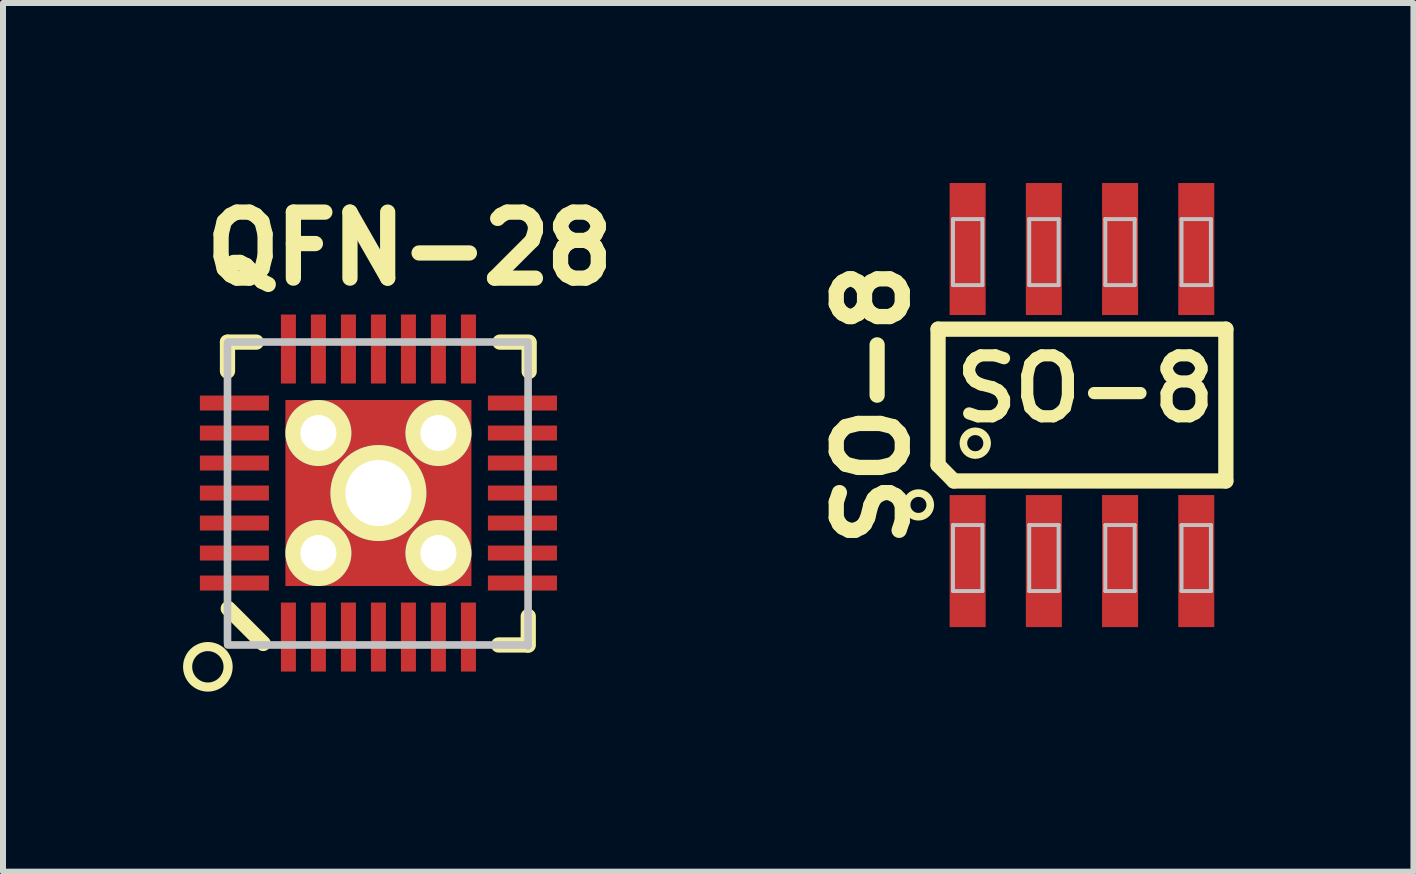
<source format=kicad_pcb>
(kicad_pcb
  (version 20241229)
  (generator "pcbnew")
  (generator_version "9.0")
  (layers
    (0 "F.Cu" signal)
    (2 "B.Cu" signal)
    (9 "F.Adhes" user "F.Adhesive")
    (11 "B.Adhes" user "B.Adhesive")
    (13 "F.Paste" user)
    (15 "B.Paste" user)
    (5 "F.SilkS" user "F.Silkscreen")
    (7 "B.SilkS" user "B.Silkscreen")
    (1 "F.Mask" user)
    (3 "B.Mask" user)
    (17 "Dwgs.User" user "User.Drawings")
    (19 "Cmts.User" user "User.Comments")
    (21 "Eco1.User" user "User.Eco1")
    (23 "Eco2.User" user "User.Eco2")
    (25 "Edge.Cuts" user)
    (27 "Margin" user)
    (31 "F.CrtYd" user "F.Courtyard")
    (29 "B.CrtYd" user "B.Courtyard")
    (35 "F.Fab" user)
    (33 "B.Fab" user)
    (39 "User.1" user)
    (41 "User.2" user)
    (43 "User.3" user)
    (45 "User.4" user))
  (footprint "SO-8"
    (layer "F.Cu")
    (at 14.98 3.7)
    (property "Reference" "SO-8" (at -3.49 -0.008 90) (layer "F.SilkS") (effects (font (size 1.1 1.1) (thickness 0.254))))
    (attr smd)
    (fp_line (start -2.398 -1.265) (end 2.398 -1.265) (stroke (width 0.254) (type solid)) (layer "F.SilkS"))
    (fp_line (start -2.398 0.998) (end -2.398 -1.265) (stroke (width 0.254) (type solid)) (layer "F.SilkS"))
    (fp_line (start -2.134 1.265) (end -2.398 0.998) (stroke (width 0.254) (type solid)) (layer "F.SilkS"))
    (fp_line (start 2.398 -1.265) (end 2.398 1.265) (stroke (width 0.254) (type solid)) (layer "F.SilkS"))
    (fp_line (start 2.398 1.265) (end -2.134 1.265) (stroke (width 0.254) (type solid)) (layer "F.SilkS"))
    (fp_circle (center -2.725 1.664) (end -2.865 1.803) (stroke (width 0.127) (type solid)) (fill no) (layer "F.SilkS"))
    (fp_circle (center -1.778 0.635) (end -1.918 0.775) (stroke (width 0.127) (type solid)) (fill no) (layer "F.SilkS"))
    (fp_line (start -2.149 -3.099) (end -1.659 -3.099) (stroke (width 0.066) (type solid)) (layer "Dwgs.User"))
    (fp_line (start -2.149 -1.999) (end -2.149 -3.099) (stroke (width 0.066) (type solid)) (layer "Dwgs.User"))
    (fp_line (start -2.149 -1.999) (end -1.659 -1.999) (stroke (width 0.066) (type solid)) (layer "Dwgs.User"))
    (fp_line (start -2.149 1.999) (end -1.659 1.999) (stroke (width 0.066) (type solid)) (layer "Dwgs.User"))
    (fp_line (start -2.149 3.099) (end -2.149 1.999) (stroke (width 0.066) (type solid)) (layer "Dwgs.User"))
    (fp_line (start -2.149 3.099) (end -1.659 3.099) (stroke (width 0.066) (type solid)) (layer "Dwgs.User"))
    (fp_line (start -1.659 -1.999) (end -1.659 -3.099) (stroke (width 0.066) (type solid)) (layer "Dwgs.User"))
    (fp_line (start -1.659 3.099) (end -1.659 1.999) (stroke (width 0.066) (type solid)) (layer "Dwgs.User"))
    (fp_line (start -0.879 -3.099) (end -0.389 -3.099) (stroke (width 0.066) (type solid)) (layer "Dwgs.User"))
    (fp_line (start -0.879 -1.999) (end -0.879 -3.099) (stroke (width 0.066) (type solid)) (layer "Dwgs.User"))
    (fp_line (start -0.879 -1.999) (end -0.389 -1.999) (stroke (width 0.066) (type solid)) (layer "Dwgs.User"))
    (fp_line (start -0.879 1.999) (end -0.389 1.999) (stroke (width 0.066) (type solid)) (layer "Dwgs.User"))
    (fp_line (start -0.879 3.099) (end -0.879 1.999) (stroke (width 0.066) (type solid)) (layer "Dwgs.User"))
    (fp_line (start -0.879 3.099) (end -0.389 3.099) (stroke (width 0.066) (type solid)) (layer "Dwgs.User"))
    (fp_line (start -0.389 -1.999) (end -0.389 -3.099) (stroke (width 0.066) (type solid)) (layer "Dwgs.User"))
    (fp_line (start -0.389 3.099) (end -0.389 1.999) (stroke (width 0.066) (type solid)) (layer "Dwgs.User"))
    (fp_line (start 0.389 -3.099) (end 0.879 -3.099) (stroke (width 0.066) (type solid)) (layer "Dwgs.User"))
    (fp_line (start 0.389 -1.999) (end 0.389 -3.099) (stroke (width 0.066) (type solid)) (layer "Dwgs.User"))
    (fp_line (start 0.389 -1.999) (end 0.879 -1.999) (stroke (width 0.066) (type solid)) (layer "Dwgs.User"))
    (fp_line (start 0.389 1.999) (end 0.879 1.999) (stroke (width 0.066) (type solid)) (layer "Dwgs.User"))
    (fp_line (start 0.389 3.099) (end 0.389 1.999) (stroke (width 0.066) (type solid)) (layer "Dwgs.User"))
    (fp_line (start 0.389 3.099) (end 0.879 3.099) (stroke (width 0.066) (type solid)) (layer "Dwgs.User"))
    (fp_line (start 0.879 -1.999) (end 0.879 -3.099) (stroke (width 0.066) (type solid)) (layer "Dwgs.User"))
    (fp_line (start 0.879 3.099) (end 0.879 1.999) (stroke (width 0.066) (type solid)) (layer "Dwgs.User"))
    (fp_line (start 1.659 -3.099) (end 2.149 -3.099) (stroke (width 0.066) (type solid)) (layer "Dwgs.User"))
    (fp_line (start 1.659 -1.999) (end 1.659 -3.099) (stroke (width 0.066) (type solid)) (layer "Dwgs.User"))
    (fp_line (start 1.659 -1.999) (end 2.149 -1.999) (stroke (width 0.066) (type solid)) (layer "Dwgs.User"))
    (fp_line (start 1.659 1.999) (end 2.149 1.999) (stroke (width 0.066) (type solid)) (layer "Dwgs.User"))
    (fp_line (start 1.659 3.099) (end 1.659 1.999) (stroke (width 0.066) (type solid)) (layer "Dwgs.User"))
    (fp_line (start 1.659 3.099) (end 2.149 3.099) (stroke (width 0.066) (type solid)) (layer "Dwgs.User"))
    (fp_line (start 2.149 -1.999) (end 2.149 -3.099) (stroke (width 0.066) (type solid)) (layer "Dwgs.User"))
    (fp_line (start 2.149 3.099) (end 2.149 1.999) (stroke (width 0.066) (type solid)) (layer "Dwgs.User"))
    (fp_text user "SO-8" (at 0.056 -0.272 0) (layer "F.SilkS") (effects (font (size 1.016 1.016) (thickness 0.203))))
    (pad "1" smd rect (at -1.905 2.6) (size 0.6 2.2) (layers "F.Cu" "F.Mask" "F.Paste"))
    (pad "2" smd rect (at -0.635 2.6) (size 0.6 2.2) (layers "F.Cu" "F.Mask" "F.Paste"))
    (pad "3" smd rect (at 0.635 2.6) (size 0.6 2.2) (layers "F.Cu" "F.Mask" "F.Paste"))
    (pad "4" smd rect (at 1.905 2.6) (size 0.6 2.2) (layers "F.Cu" "F.Mask" "F.Paste"))
    (pad "5" smd rect (at 1.905 -2.6) (size 0.6 2.2) (layers "F.Cu" "F.Mask" "F.Paste"))
    (pad "6" smd rect (at 0.635 -2.6) (size 0.6 2.2) (layers "F.Cu" "F.Mask" "F.Paste"))
    (pad "7" smd rect (at -0.635 -2.6) (size 0.6 2.2) (layers "F.Cu" "F.Mask" "F.Paste"))
    (pad "8" smd rect (at -1.905 -2.6) (size 0.6 2.2) (layers "F.Cu" "F.Mask" "F.Paste")))
  (footprint "QFN-28"
    (layer "F.Cu")
    (at 3.256 5.166)
    (property "Reference" "QFN-28" (at 0.521 -4.077 0) (layer "F.SilkS") (effects (font (size 1.1 1.1) (thickness 0.254))))
    (attr smd)
    (fp_line (start -2.515 -2.515) (end -2.035 -2.515) (stroke (width 0.254) (type solid)) (layer "F.SilkS"))
    (fp_line (start -2.515 -2.032) (end -2.515 -2.512) (stroke (width 0.254) (type solid)) (layer "F.SilkS"))
    (fp_line (start -2.502 1.925) (end -1.92 2.507) (stroke (width 0.254) (type solid)) (layer "F.SilkS"))
    (fp_line (start 2.002 2.532) (end 2.482 2.532) (stroke (width 0.254) (type solid)) (layer "F.SilkS"))
    (fp_line (start 2.497 2.535) (end 2.497 2.055) (stroke (width 0.254) (type solid)) (layer "F.SilkS"))
    (fp_line (start 2.504 -2.515) (end 2.024 -2.515) (stroke (width 0.254) (type solid)) (layer "F.SilkS"))
    (fp_line (start 2.512 -2.027) (end 2.512 -2.507) (stroke (width 0.254) (type solid)) (layer "F.SilkS"))
    (fp_circle (center -2.842 2.896) (end -3.081 3.134) (stroke (width 0.152) (type solid)) (fill no) (layer "F.SilkS"))
    (fp_line (start -1.417 0.47) (end -1.417 -0.472) (stroke (width 0.066) (type solid)) (layer "F.Paste"))
    (fp_line (start -1.415 -0.478) (end -0.742 -0.478) (stroke (width 0.066) (type solid)) (layer "F.Paste"))
    (fp_line (start -1.28 -0.378) (end -1.288 0.358) (stroke (width 0.254) (type solid)) (layer "F.Paste"))
    (fp_line (start -1.085 -0.368) (end -1.092 0.368) (stroke (width 0.254) (type solid)) (layer "F.Paste"))
    (fp_line (start -0.909 -0.366) (end -0.917 0.371) (stroke (width 0.254) (type solid)) (layer "F.Paste"))
    (fp_line (start -0.856 -0.386) (end -0.864 0.351) (stroke (width 0.254) (type solid)) (layer "F.Paste"))
    (fp_line (start -0.744 -0.478) (end -0.744 0.467) (stroke (width 0.066) (type solid)) (layer "F.Paste"))
    (fp_line (start -0.744 0.467) (end -1.417 0.47) (stroke (width 0.066) (type solid)) (layer "F.Paste"))
    (fp_line (start -0.467 -0.754) (end -0.467 -1.422) (stroke (width 0.066) (type solid)) (layer "F.Paste"))
    (fp_line (start -0.467 0.742) (end 0.478 0.747) (stroke (width 0.066) (type solid)) (layer "F.Paste"))
    (fp_line (start -0.467 1.417) (end -0.467 0.747) (stroke (width 0.066) (type solid)) (layer "F.Paste"))
    (fp_line (start -0.465 -1.425) (end 0.478 -1.425) (stroke (width 0.066) (type solid)) (layer "F.Paste"))
    (fp_line (start -0.465 -0.754) (end 0.475 -0.754) (stroke (width 0.066) (type solid)) (layer "F.Paste"))
    (fp_line (start -0.351 -1.326) (end 0.345 -1.328) (stroke (width 0.254) (type solid)) (layer "F.Paste"))
    (fp_line (start -0.348 -1.293) (end 0.348 -1.295) (stroke (width 0.254) (type solid)) (layer "F.Paste"))
    (fp_line (start -0.345 1.019) (end 0.351 1.016) (stroke (width 0.254) (type solid)) (layer "F.Paste"))
    (fp_line (start -0.345 1.179) (end 0.351 1.176) (stroke (width 0.254) (type solid)) (layer "F.Paste"))
    (fp_line (start -0.343 -1.13) (end 0.353 -1.133) (stroke (width 0.254) (type solid)) (layer "F.Paste"))
    (fp_line (start -0.34 0.859) (end 0.356 0.856) (stroke (width 0.254) (type solid)) (layer "F.Paste"))
    (fp_line (start -0.34 1.321) (end 0.356 1.318) (stroke (width 0.254) (type solid)) (layer "F.Paste"))
    (fp_line (start -0.333 -0.97) (end 0.363 -0.973) (stroke (width 0.254) (type solid)) (layer "F.Paste"))
    (fp_line (start -0.333 -0.864) (end 0.363 -0.866) (stroke (width 0.254) (type solid)) (layer "F.Paste"))
    (fp_line (start 0.478 -1.427) (end 0.478 -0.754) (stroke (width 0.066) (type solid)) (layer "F.Paste"))
    (fp_line (start 0.478 0.747) (end 0.478 1.417) (stroke (width 0.066) (type solid)) (layer "F.Paste"))
    (fp_line (start 0.478 1.417) (end -0.467 1.417) (stroke (width 0.066) (type solid)) (layer "F.Paste"))
    (fp_line (start 0.729 -0.48) (end 0.729 0.465) (stroke (width 0.066) (type solid)) (layer "F.Paste"))
    (fp_line (start 0.729 -0.478) (end 1.402 -0.478) (stroke (width 0.066) (type solid)) (layer "F.Paste"))
    (fp_line (start 0.729 0.467) (end 1.402 0.467) (stroke (width 0.066) (type solid)) (layer "F.Paste"))
    (fp_line (start 0.856 -0.376) (end 0.848 0.361) (stroke (width 0.254) (type solid)) (layer "F.Paste"))
    (fp_line (start 1.054 -0.373) (end 1.046 0.363) (stroke (width 0.254) (type solid)) (layer "F.Paste"))
    (fp_line (start 1.242 -0.373) (end 1.234 0.363) (stroke (width 0.254) (type solid)) (layer "F.Paste"))
    (fp_line (start 1.303 -0.378) (end 1.295 0.358) (stroke (width 0.254) (type solid)) (layer "F.Paste"))
    (fp_line (start 1.402 -0.48) (end 1.402 0.467) (stroke (width 0.066) (type solid)) (layer "F.Paste"))
    (fp_line (start -2.515 -2.504) (end -2.515 2.494) (stroke (width 0.127) (type solid)) (layer "Dwgs.User"))
    (fp_line (start -2.512 2.532) (end 2.487 2.532) (stroke (width 0.127) (type solid)) (layer "Dwgs.User"))
    (fp_line (start 2.492 -2.517) (end -2.507 -2.517) (stroke (width 0.127) (type solid)) (layer "Dwgs.User"))
    (fp_line (start 2.494 2.548) (end 2.494 -2.451) (stroke (width 0.127) (type solid)) (layer "Dwgs.User"))
    (pad "1" smd rect (at -1.5 2.4 90) (size 1.15 0.25) (layers "F.Cu" "F.Mask" "F.Paste"))
    (pad "2" smd rect (at -1 2.4 90) (size 1.15 0.25) (layers "F.Cu" "F.Mask" "F.Paste"))
    (pad "3" smd rect (at -0.5 2.4 90) (size 1.15 0.25) (layers "F.Cu" "F.Mask" "F.Paste"))
    (pad "4" smd rect (at 0 2.4 90) (size 1.15 0.25) (layers "F.Cu" "F.Mask" "F.Paste"))
    (pad "5" smd rect (at 0.5 2.4 90) (size 1.15 0.25) (layers "F.Cu" "F.Mask" "F.Paste"))
    (pad "6" smd rect (at 1 2.4 90) (size 1.15 0.25) (layers "F.Cu" "F.Mask" "F.Paste"))
    (pad "7" smd rect (at 1.5 2.4 90) (size 1.15 0.25) (layers "F.Cu" "F.Mask" "F.Paste"))
    (pad "8" smd rect (at 2.4 1.5 180) (size 1.15 0.25) (layers "F.Cu" "F.Mask" "F.Paste"))
    (pad "9" smd rect (at 2.4 1 180) (size 1.15 0.25) (layers "F.Cu" "F.Mask" "F.Paste"))
    (pad "10" smd rect (at 2.4 0.5 180) (size 1.15 0.25) (layers "F.Cu" "F.Mask" "F.Paste"))
    (pad "11" smd rect (at 2.4 0 180) (size 1.15 0.25) (layers "F.Cu" "F.Mask" "F.Paste"))
    (pad "12" smd rect (at 2.4 -0.5 180) (size 1.15 0.25) (layers "F.Cu" "F.Mask" "F.Paste"))
    (pad "13" smd rect (at 2.4 -1 180) (size 1.15 0.25) (layers "F.Cu" "F.Mask" "F.Paste"))
    (pad "14" smd rect (at 2.4 -1.5 180) (size 1.15 0.25) (layers "F.Cu" "F.Mask" "F.Paste"))
    (pad "15" smd rect (at 1.5 -2.4 270) (size 1.15 0.25) (layers "F.Cu" "F.Mask" "F.Paste"))
    (pad "16" smd rect (at 1 -2.4 270) (size 1.15 0.25) (layers "F.Cu" "F.Mask" "F.Paste"))
    (pad "17" smd rect (at 0.5 -2.4 270) (size 1.15 0.25) (layers "F.Cu" "F.Mask" "F.Paste"))
    (pad "18" smd rect (at 0 -2.4 270) (size 1.15 0.25) (layers "F.Cu" "F.Mask" "F.Paste"))
    (pad "19" smd rect (at -0.5 -2.4 270) (size 1.15 0.25) (layers "F.Cu" "F.Mask" "F.Paste"))
    (pad "20" smd rect (at -1 -2.4 270) (size 1.15 0.25) (layers "F.Cu" "F.Mask" "F.Paste"))
    (pad "21" smd rect (at -1.5 -2.4 270) (size 1.15 0.25) (layers "F.Cu" "F.Mask" "F.Paste"))
    (pad "22" smd rect (at -2.4 -1.5) (size 1.15 0.25) (layers "F.Cu" "F.Mask" "F.Paste"))
    (pad "23" smd rect (at -2.4 -1) (size 1.15 0.25) (layers "F.Cu" "F.Mask" "F.Paste"))
    (pad "24" smd rect (at -2.4 -0.5) (size 1.15 0.25) (layers "F.Cu" "F.Mask" "F.Paste"))
    (pad "25" smd rect (at -2.4 0) (size 1.15 0.25) (layers "F.Cu" "F.Mask" "F.Paste"))
    (pad "26" smd rect (at -2.4 0.5) (size 1.15 0.25) (layers "F.Cu" "F.Mask" "F.Paste"))
    (pad "27" smd rect (at -2.4 1) (size 1.15 0.25) (layers "F.Cu" "F.Mask" "F.Paste"))
    (pad "28" smd rect (at -2.4 1.5) (size 1.15 0.25) (layers "F.Cu" "F.Mask" "F.Paste"))
    (pad "29" thru_hole circle (at -1 -1) (size 1.1 1.1) (drill 0.6) (layers "*.Cu" "F.Mask" "F.SilkS"))
    (pad "29" thru_hole circle (at -1 1) (size 1.1 1.1) (drill 0.6) (layers "*.Cu" "F.Mask" "F.SilkS"))
    (pad "29" thru_hole circle (at 0 0) (size 1.6 1.6) (drill 1.1) (layers "*.Cu" "F.Mask" "F.SilkS"))
    (pad "29" smd rect (at 0 0 90) (size 3.1 3.1) (layers "F.Cu" "F.Mask"))
    (pad "29" thru_hole circle (at 1 -1) (size 1.1 1.1) (drill 0.6) (layers "*.Cu" "F.Mask" "F.SilkS"))
    (pad "29" thru_hole circle (at 1 1) (size 1.1 1.1) (drill 0.6) (layers "*.Cu" "F.Mask" "F.SilkS")))
  (gr_rect
    (start -3 -3)
    (end 20.504 11.476)
    (stroke (width 0.1) (type default))
    (fill no)
    (layer "Edge.Cuts")))
</source>
